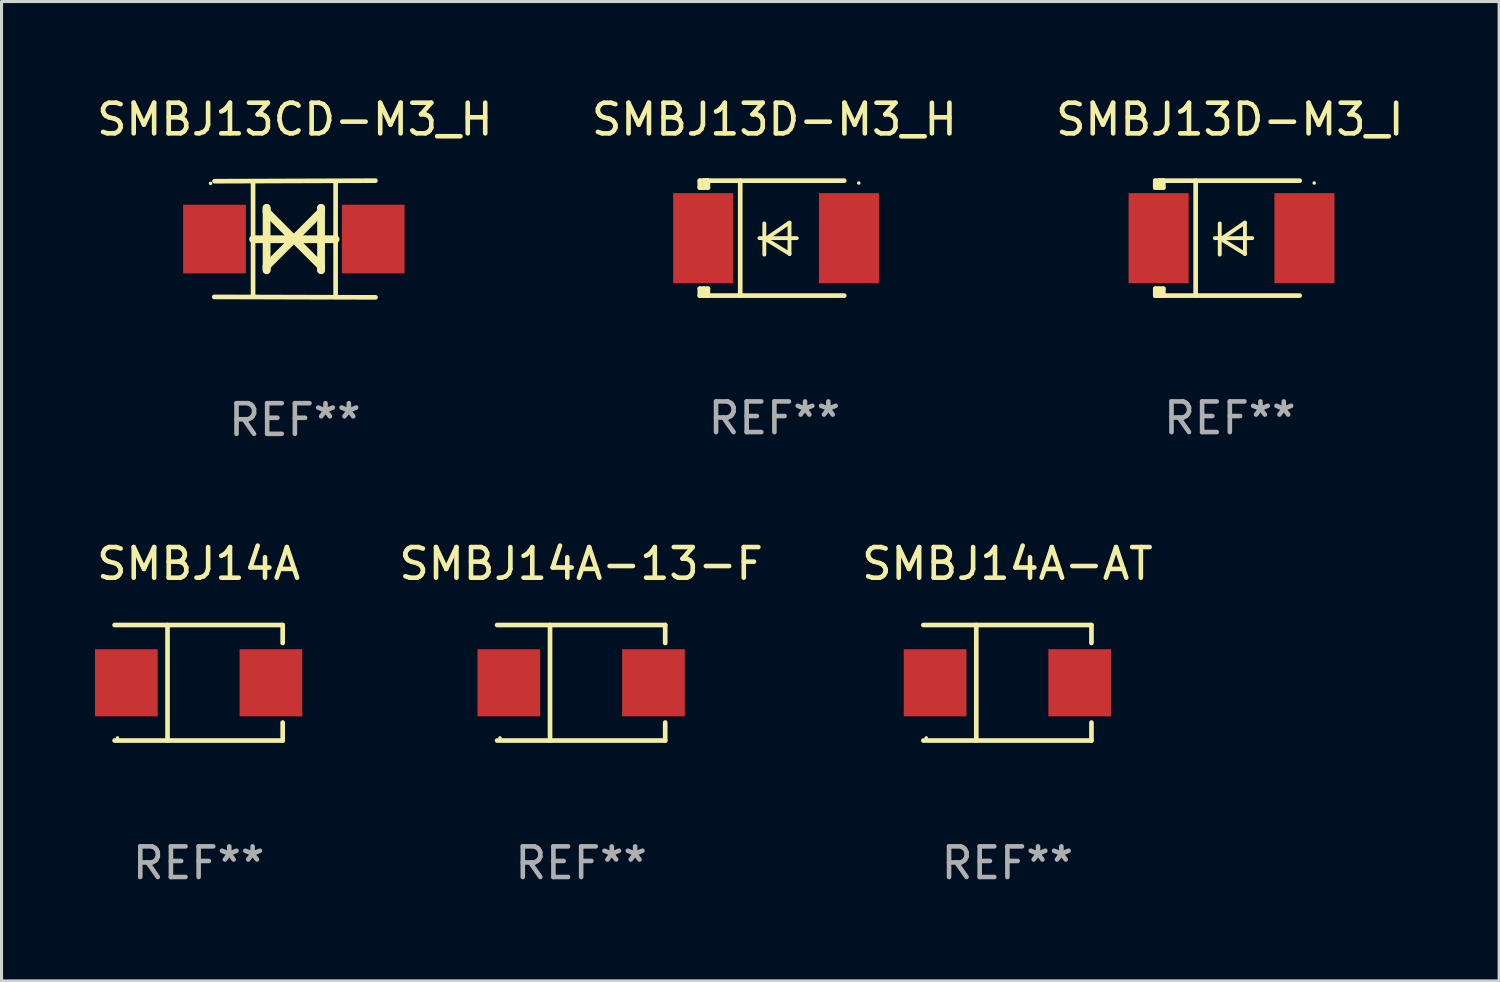
<source format=kicad_pcb>
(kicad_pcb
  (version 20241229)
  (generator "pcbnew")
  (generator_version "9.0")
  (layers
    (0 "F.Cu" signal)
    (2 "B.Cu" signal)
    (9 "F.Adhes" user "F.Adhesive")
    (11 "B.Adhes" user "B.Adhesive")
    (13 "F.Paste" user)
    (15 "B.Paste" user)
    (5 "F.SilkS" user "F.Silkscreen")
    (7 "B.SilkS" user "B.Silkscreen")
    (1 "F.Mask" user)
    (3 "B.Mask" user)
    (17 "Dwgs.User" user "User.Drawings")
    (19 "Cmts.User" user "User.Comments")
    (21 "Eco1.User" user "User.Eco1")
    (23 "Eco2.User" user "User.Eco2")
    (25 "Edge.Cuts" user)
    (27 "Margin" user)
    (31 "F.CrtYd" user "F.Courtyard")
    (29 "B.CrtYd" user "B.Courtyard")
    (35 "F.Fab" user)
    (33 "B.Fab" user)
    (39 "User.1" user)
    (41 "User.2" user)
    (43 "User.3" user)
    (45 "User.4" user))
  (footprint "SMBJ13D-M3_I"
    (layer "F.Cu")
    (at 37.101 4.725)
    (property "Reference" "SMBJ13D-M3_I" (at 0 -3.876 0) (layer "F.SilkS") (effects (font (size 1 1) (thickness 0.15))))
    (attr through_hole)
    (fp_line (start -2.435 1.65) (end -2.171 1.65) (stroke (width 0.152) (type solid)) (layer "F.SilkS"))
    (fp_line (start -2.435 1.876) (end -2.435 1.65) (stroke (width 0.152) (type solid)) (layer "F.SilkS"))
    (fp_line (start -2.435 -1.876) (end -2.171 -1.876) (stroke (width 0.152) (type solid)) (layer "F.SilkS"))
    (fp_line (start -2.435 -1.65) (end -2.435 -1.876) (stroke (width 0.152) (type solid)) (layer "F.SilkS"))
    (fp_line (start -2.305 -1.866) (end -2.295 -1.876) (stroke (width 0.152) (type solid)) (layer "F.SilkS"))
    (fp_line (start -2.305 -1.65) (end -2.305 -1.866) (stroke (width 0.152) (type solid)) (layer "F.SilkS"))
    (fp_line (start -2.305 1.876) (end -2.305 1.65) (stroke (width 0.152) (type solid)) (layer "F.SilkS"))
    (fp_line (start -2.295 -1.876) (end -2.295 -1.65) (stroke (width 0.152) (type solid)) (layer "F.SilkS"))
    (fp_line (start -2.171 1.876) (end -2.435 1.876) (stroke (width 0.152) (type solid)) (layer "F.SilkS"))
    (fp_line (start -2.171 -1.65) (end -2.435 -1.65) (stroke (width 0.152) (type solid)) (layer "F.SilkS"))
    (fp_line (start -2.171 -1.876) (end -2.295 -1.876) (stroke (width 0.152) (type solid)) (layer "F.SilkS"))
    (fp_line (start -2.171 -1.65) (end -2.171 -1.876) (stroke (width 0.152) (type solid)) (layer "F.SilkS"))
    (fp_line (start -2.171 1.876) (end -2.305 1.876) (stroke (width 0.152) (type solid)) (layer "F.SilkS"))
    (fp_line (start -2.171 1.876) (end -2.171 1.65) (stroke (width 0.152) (type solid)) (layer "F.SilkS"))
    (fp_line (start -1.116 1.876) (end -1.116 -1.876) (stroke (width 0.152) (type solid)) (layer "F.SilkS"))
    (fp_line (start -0.488 0.000102) (end 0.731 0.000102) (stroke (width 0.127) (type solid)) (layer "F.SilkS"))
    (fp_line (start -0.329 -0.48) (end -0.329 0.536) (stroke (width 0.127) (type solid)) (layer "F.SilkS"))
    (fp_line (start -0.29 0.03) (end 0.493 0.51) (stroke (width 0.127) (type solid)) (layer "F.SilkS"))
    (fp_line (start 0.493 -0.51) (end -0.29 0.03) (stroke (width 0.127) (type solid)) (layer "F.SilkS"))
    (fp_line (start 0.493 0.52) (end 0.493 -0.496) (stroke (width 0.127) (type solid)) (layer "F.SilkS"))
    (fp_line (start 2.281 -1.876) (end -2.171 -1.876) (stroke (width 0.152) (type solid)) (layer "F.SilkS"))
    (fp_line (start 2.281 1.876) (end -2.171 1.876) (stroke (width 0.152) (type solid)) (layer "F.SilkS"))
    (fp_circle (center 2.755 -1.8) (end 2.785 -1.8) (stroke (width 0.06) (type solid)) (fill no) (layer "F.SilkS"))
    (fp_text user "REF**" (at 0 5.876 0) (layer "F.Fab") (effects (font (size 1 1) (thickness 0.15))))
    (pad "1" smd rect (at 2.435 -0.000025 180) (size 1.96 2.94) (layers "F.Cu" "F.Mask" "F.Paste"))
    (pad "2" smd rect (at -2.325 -0.000025 180) (size 1.96 2.94) (layers "F.Cu" "F.Mask" "F.Paste")))
  (footprint "SMBJ14A-AT"
    (layer "F.Cu")
    (at 29.839 19.241)
    (property "Reference" "SMBJ14A-AT" (at 0 -3.886 0) (layer "F.SilkS") (effects (font (size 1 1) (thickness 0.15))))
    (attr through_hole)
    (fp_line (start -2.744 -1.886) (end 2.744 -1.886) (stroke (width 0.152) (type solid)) (layer "F.SilkS"))
    (fp_line (start -2.744 1.886) (end 2.744 1.886) (stroke (width 0.152) (type solid)) (layer "F.SilkS"))
    (fp_line (start -1.016 -1.886) (end -1.016 1.886) (stroke (width 0.152) (type solid)) (layer "F.SilkS"))
    (fp_line (start 2.744 -1.886) (end 2.744 -1.299) (stroke (width 0.152) (type solid)) (layer "F.SilkS"))
    (fp_line (start 2.744 1.886) (end 2.744 1.299) (stroke (width 0.152) (type solid)) (layer "F.SilkS"))
    (fp_circle (center -2.65 1.8) (end -2.62 1.8) (stroke (width 0.06) (type solid)) (fill no) (layer "F.SilkS"))
    (fp_text user "REF**" (at 0 5.886 0) (layer "F.Fab") (effects (font (size 1 1) (thickness 0.15))))
    (pad "1" smd rect (at -2.361 0) (size 2.047 2.192) (layers "F.Cu" "F.Mask" "F.Paste"))
    (pad "2" smd rect (at 2.361 0) (size 2.047 2.192) (layers "F.Cu" "F.Mask" "F.Paste")))
  (footprint "SMBJ13CD-M3_H"
    (layer "F.Cu")
    (at 6.577 4.753)
    (property "Reference" "SMBJ13CD-M3_H" (at 0 -3.905 0) (layer "F.SilkS") (effects (font (size 1 1) (thickness 0.15))))
    (attr through_hole)
    (fp_line (start -1.365 1.886) (end -1.365 -1.886) (stroke (width 0.152) (type solid)) (layer "F.SilkS"))
    (fp_line (start -1.365 0.008) (end 1.33 0.008) (stroke (width 0.254) (type solid)) (layer "F.SilkS"))
    (fp_line (start -0.923 -1.016) (end -0.923 1.016) (stroke (width 0.254) (type solid)) (layer "F.SilkS"))
    (fp_line (start -0.923 -0.889) (end -0.923 -1.016) (stroke (width 0.254) (type solid)) (layer "F.SilkS"))
    (fp_line (start -0.923 0.889) (end -0.034 0) (stroke (width 0.254) (type solid)) (layer "F.SilkS"))
    (fp_line (start -0.923 1.016) (end -0.923 0.889) (stroke (width 0.254) (type solid)) (layer "F.SilkS"))
    (fp_line (start -0.034 0) (end -0.923 -0.889) (stroke (width 0.254) (type solid)) (layer "F.SilkS"))
    (fp_line (start -0.034 0) (end 0.855 0.889) (stroke (width 0.254) (type solid)) (layer "F.SilkS"))
    (fp_line (start 0.855 -1.016) (end 0.855 -0.889) (stroke (width 0.254) (type solid)) (layer "F.SilkS"))
    (fp_line (start 0.855 -0.889) (end -0.034 0) (stroke (width 0.254) (type solid)) (layer "F.SilkS"))
    (fp_line (start 0.855 0.889) (end 0.855 1.016) (stroke (width 0.254) (type solid)) (layer "F.SilkS"))
    (fp_line (start 0.855 1.016) (end 0.855 -1.016) (stroke (width 0.254) (type solid)) (layer "F.SilkS"))
    (fp_line (start 1.33 1.886) (end 1.33 -1.886) (stroke (width 0.152) (type solid)) (layer "F.SilkS"))
    (fp_line (start 2.629 -1.905) (end -2.625 -1.887) (stroke (width 0.152) (type solid)) (layer "F.SilkS"))
    (fp_line (start 2.633 1.905) (end -2.633 1.89) (stroke (width 0.152) (type solid)) (layer "F.SilkS"))
    (fp_circle (center -2.753 -1.816) (end -2.723 -1.816) (stroke (width 0.06) (type solid)) (fill no) (layer "F.SilkS"))
    (fp_text user "REF**" (at 0 5.905 0) (layer "F.Fab") (effects (font (size 1 1) (thickness 0.15))))
    (pad "1" smd rect (at -2.625 0) (size 2.047 2.241) (layers "F.Cu" "F.Mask" "F.Paste"))
    (pad "2" smd rect (at 2.557 0) (size 2.047 2.241) (layers "F.Cu" "F.Mask" "F.Paste")))
  (footprint "SMBJ14A-13-F"
    (layer "F.Cu")
    (at 15.923 19.241)
    (property "Reference" "SMBJ14A-13-F" (at 0 -3.886 0) (layer "F.SilkS") (effects (font (size 1 1) (thickness 0.15))))
    (attr through_hole)
    (fp_line (start -2.744 -1.886) (end 2.744 -1.886) (stroke (width 0.152) (type solid)) (layer "F.SilkS"))
    (fp_line (start -2.744 1.886) (end 2.744 1.886) (stroke (width 0.152) (type solid)) (layer "F.SilkS"))
    (fp_line (start -1.016 -1.886) (end -1.016 1.886) (stroke (width 0.152) (type solid)) (layer "F.SilkS"))
    (fp_line (start 2.744 -1.886) (end 2.744 -1.299) (stroke (width 0.152) (type solid)) (layer "F.SilkS"))
    (fp_line (start 2.744 1.886) (end 2.744 1.299) (stroke (width 0.152) (type solid)) (layer "F.SilkS"))
    (fp_circle (center -2.65 1.8) (end -2.62 1.8) (stroke (width 0.06) (type solid)) (fill no) (layer "F.SilkS"))
    (fp_text user "REF**" (at 0 5.886 0) (layer "F.Fab") (effects (font (size 1 1) (thickness 0.15))))
    (pad "1" smd rect (at -2.361 0) (size 2.047 2.192) (layers "F.Cu" "F.Mask" "F.Paste"))
    (pad "2" smd rect (at 2.361 0) (size 2.047 2.192) (layers "F.Cu" "F.Mask" "F.Paste")))
  (footprint "SMBJ13D-M3_H"
    (layer "F.Cu")
    (at 22.232 4.725)
    (property "Reference" "SMBJ13D-M3_H" (at 0 -3.876 0) (layer "F.SilkS") (effects (font (size 1 1) (thickness 0.15))))
    (attr through_hole)
    (fp_line (start -2.435 1.65) (end -2.171 1.65) (stroke (width 0.152) (type solid)) (layer "F.SilkS"))
    (fp_line (start -2.435 1.876) (end -2.435 1.65) (stroke (width 0.152) (type solid)) (layer "F.SilkS"))
    (fp_line (start -2.435 -1.876) (end -2.171 -1.876) (stroke (width 0.152) (type solid)) (layer "F.SilkS"))
    (fp_line (start -2.435 -1.65) (end -2.435 -1.876) (stroke (width 0.152) (type solid)) (layer "F.SilkS"))
    (fp_line (start -2.305 -1.866) (end -2.295 -1.876) (stroke (width 0.152) (type solid)) (layer "F.SilkS"))
    (fp_line (start -2.305 -1.65) (end -2.305 -1.866) (stroke (width 0.152) (type solid)) (layer "F.SilkS"))
    (fp_line (start -2.305 1.876) (end -2.305 1.65) (stroke (width 0.152) (type solid)) (layer "F.SilkS"))
    (fp_line (start -2.295 -1.876) (end -2.295 -1.65) (stroke (width 0.152) (type solid)) (layer "F.SilkS"))
    (fp_line (start -2.171 1.876) (end -2.435 1.876) (stroke (width 0.152) (type solid)) (layer "F.SilkS"))
    (fp_line (start -2.171 -1.65) (end -2.435 -1.65) (stroke (width 0.152) (type solid)) (layer "F.SilkS"))
    (fp_line (start -2.171 -1.876) (end -2.295 -1.876) (stroke (width 0.152) (type solid)) (layer "F.SilkS"))
    (fp_line (start -2.171 -1.65) (end -2.171 -1.876) (stroke (width 0.152) (type solid)) (layer "F.SilkS"))
    (fp_line (start -2.171 1.876) (end -2.305 1.876) (stroke (width 0.152) (type solid)) (layer "F.SilkS"))
    (fp_line (start -2.171 1.876) (end -2.171 1.65) (stroke (width 0.152) (type solid)) (layer "F.SilkS"))
    (fp_line (start -1.116 1.876) (end -1.116 -1.876) (stroke (width 0.152) (type solid)) (layer "F.SilkS"))
    (fp_line (start -0.488 0.000102) (end 0.731 0.000102) (stroke (width 0.127) (type solid)) (layer "F.SilkS"))
    (fp_line (start -0.329 -0.48) (end -0.329 0.536) (stroke (width 0.127) (type solid)) (layer "F.SilkS"))
    (fp_line (start -0.29 0.03) (end 0.493 0.51) (stroke (width 0.127) (type solid)) (layer "F.SilkS"))
    (fp_line (start 0.493 -0.51) (end -0.29 0.03) (stroke (width 0.127) (type solid)) (layer "F.SilkS"))
    (fp_line (start 0.493 0.52) (end 0.493 -0.496) (stroke (width 0.127) (type solid)) (layer "F.SilkS"))
    (fp_line (start 2.281 -1.876) (end -2.171 -1.876) (stroke (width 0.152) (type solid)) (layer "F.SilkS"))
    (fp_line (start 2.281 1.876) (end -2.171 1.876) (stroke (width 0.152) (type solid)) (layer "F.SilkS"))
    (fp_circle (center 2.755 -1.8) (end 2.785 -1.8) (stroke (width 0.06) (type solid)) (fill no) (layer "F.SilkS"))
    (fp_text user "REF**" (at 0 5.876 0) (layer "F.Fab") (effects (font (size 1 1) (thickness 0.15))))
    (pad "1" smd rect (at 2.435 -0.000025 180) (size 1.96 2.94) (layers "F.Cu" "F.Mask" "F.Paste"))
    (pad "2" smd rect (at -2.325 -0.000025 180) (size 1.96 2.94) (layers "F.Cu" "F.Mask" "F.Paste")))
  (footprint "SMBJ14A"
    (layer "F.Cu")
    (at 3.435 19.241)
    (property "Reference" "SMBJ14A" (at 0 -3.886 0) (layer "F.SilkS") (effects (font (size 1 1) (thickness 0.15))))
    (attr through_hole)
    (fp_line (start -2.744 -1.886) (end 2.744 -1.886) (stroke (width 0.152) (type solid)) (layer "F.SilkS"))
    (fp_line (start -2.744 1.886) (end 2.744 1.886) (stroke (width 0.152) (type solid)) (layer "F.SilkS"))
    (fp_line (start -1.016 -1.886) (end -1.016 1.886) (stroke (width 0.152) (type solid)) (layer "F.SilkS"))
    (fp_line (start 2.744 -1.886) (end 2.744 -1.299) (stroke (width 0.152) (type solid)) (layer "F.SilkS"))
    (fp_line (start 2.744 1.886) (end 2.744 1.299) (stroke (width 0.152) (type solid)) (layer "F.SilkS"))
    (fp_circle (center -2.65 1.8) (end -2.62 1.8) (stroke (width 0.06) (type solid)) (fill no) (layer "F.SilkS"))
    (fp_text user "REF**" (at 0 5.886 0) (layer "F.Fab") (effects (font (size 1 1) (thickness 0.15))))
    (pad "1" smd rect (at -2.361 0) (size 2.047 2.192) (layers "F.Cu" "F.Mask" "F.Paste"))
    (pad "2" smd rect (at 2.361 0) (size 2.047 2.192) (layers "F.Cu" "F.Mask" "F.Paste")))
  (gr_rect
    (start -3 -3)
    (end 45.893 28.975)
    (stroke (width 0.1) (type default))
    (fill no)
    (layer "Edge.Cuts")))
</source>
